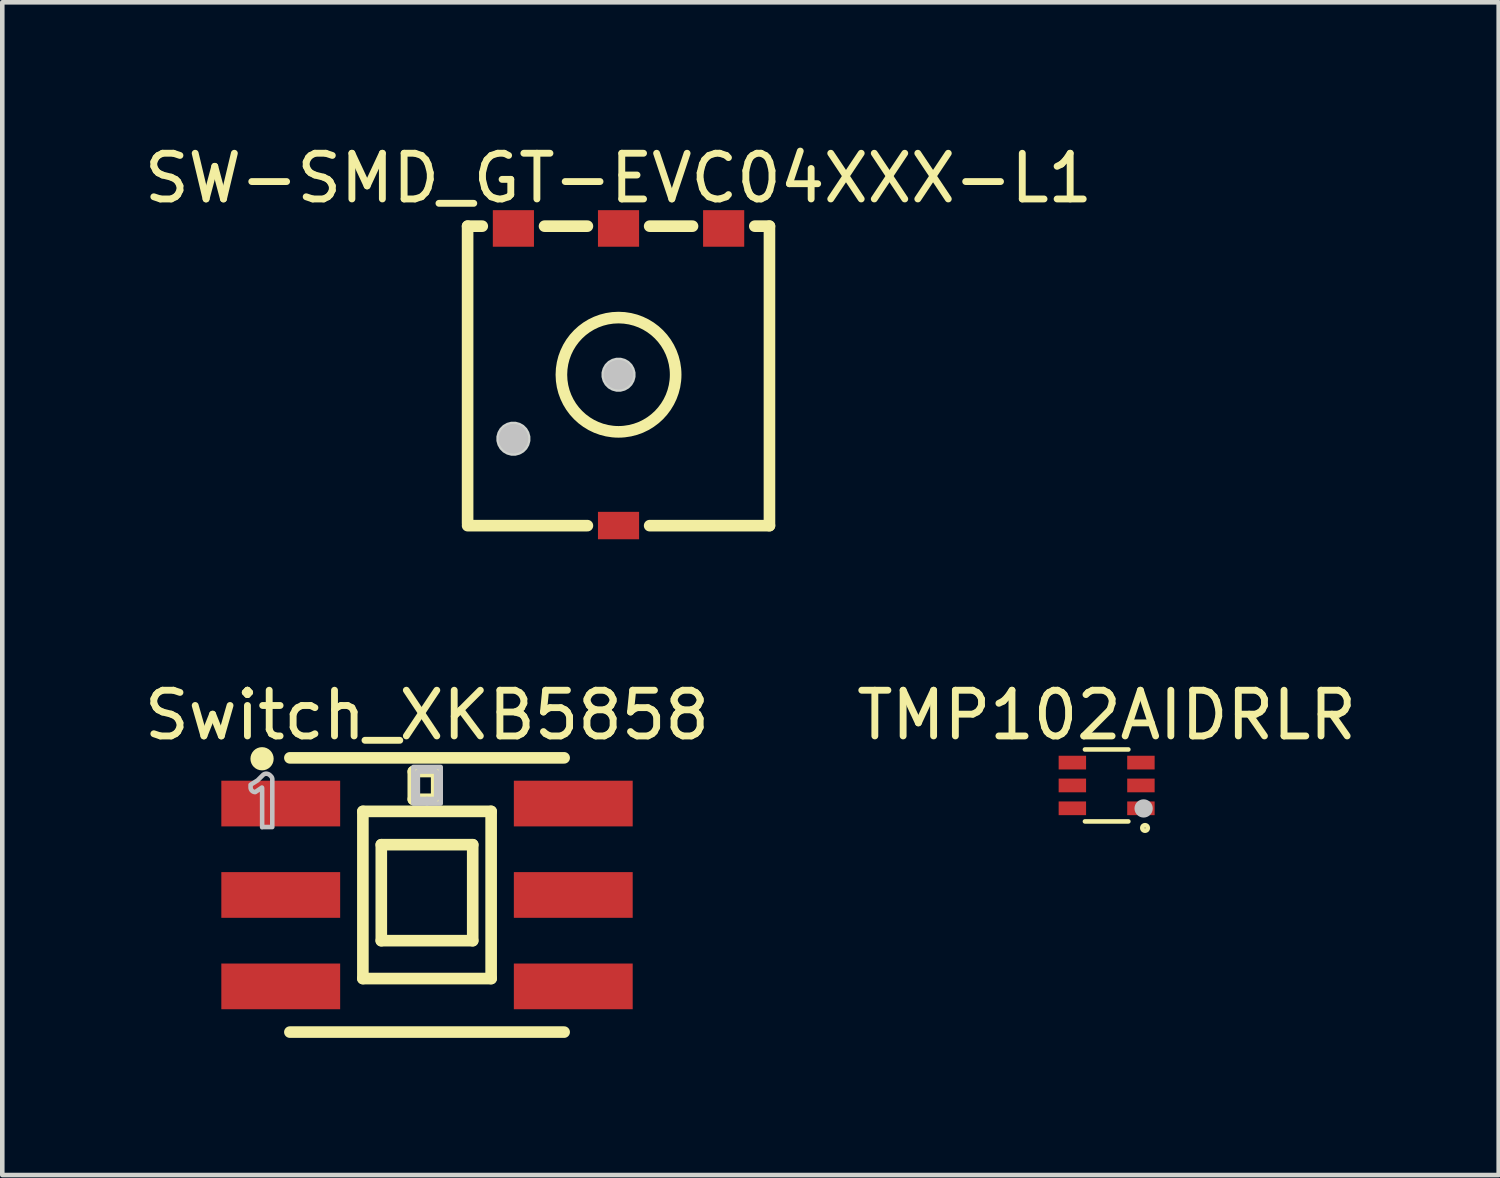
<source format=kicad_pcb>
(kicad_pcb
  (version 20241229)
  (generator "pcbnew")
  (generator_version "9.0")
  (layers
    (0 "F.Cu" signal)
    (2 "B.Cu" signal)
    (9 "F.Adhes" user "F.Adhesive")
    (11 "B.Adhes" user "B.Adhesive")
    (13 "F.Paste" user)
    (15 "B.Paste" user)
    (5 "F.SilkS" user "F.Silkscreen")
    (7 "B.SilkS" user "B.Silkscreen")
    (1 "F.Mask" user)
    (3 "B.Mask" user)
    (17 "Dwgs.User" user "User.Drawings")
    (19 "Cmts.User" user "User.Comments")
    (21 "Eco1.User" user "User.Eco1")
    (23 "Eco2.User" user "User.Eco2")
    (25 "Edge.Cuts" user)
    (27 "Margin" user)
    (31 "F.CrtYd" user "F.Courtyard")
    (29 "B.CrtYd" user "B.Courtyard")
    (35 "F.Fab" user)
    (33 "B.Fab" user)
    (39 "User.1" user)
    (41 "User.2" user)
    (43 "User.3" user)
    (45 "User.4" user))
  (footprint "Switch_XKB5858"
    (layer "F.Cu")
    (at 6.292 16.53)
    (property "Reference" "Switch_XKB5858" (at 0 -3.934 0) (layer "F.SilkS") (effects (font (size 1 1) (thickness 0.15))))
    (fp_line (start -1.403 -1.829) (end 1.403 -1.829) (stroke (width 0.254) (type default)) (layer "F.SilkS"))
    (fp_line (start -1.403 1.829) (end -1.403 -1.829) (stroke (width 0.254) (type default)) (layer "F.SilkS"))
    (fp_line (start -1 -1.1) (end 1 -1.1) (stroke (width 0.254) (type default)) (layer "F.SilkS"))
    (fp_line (start -1 1) (end -1 -1.1) (stroke (width 0.254) (type default)) (layer "F.SilkS"))
    (fp_line (start -0.3 -2.7) (end 0.212 -2.7) (stroke (width 0.254) (type default)) (layer "F.SilkS"))
    (fp_line (start -0.3 -2.093) (end -0.3 -2.7) (stroke (width 0.254) (type default)) (layer "F.SilkS"))
    (fp_line (start 0.212 -2.7) (end 0.212 -2.093) (stroke (width 0.254) (type default)) (layer "F.SilkS"))
    (fp_line (start 0.212 -2.093) (end -0.3 -2.093) (stroke (width 0.254) (type default)) (layer "F.SilkS"))
    (fp_line (start 1 -1.1) (end 1 1) (stroke (width 0.254) (type default)) (layer "F.SilkS"))
    (fp_line (start 1 1) (end -1 1) (stroke (width 0.254) (type default)) (layer "F.SilkS"))
    (fp_line (start 1.403 -1.829) (end 1.403 1.829) (stroke (width 0.254) (type default)) (layer "F.SilkS"))
    (fp_line (start 1.403 1.829) (end -1.403 1.829) (stroke (width 0.254) (type default)) (layer "F.SilkS"))
    (fp_line (start 3 -3) (end -3 -3) (stroke (width 0.254) (type default)) (layer "F.SilkS"))
    (fp_line (start 3 3) (end -3 3) (stroke (width 0.254) (type default)) (layer "F.SilkS"))
    (fp_circle (center -3.609 -2.98) (end -3.482 -2.98) (stroke (width 0.254) (type default)) (fill no) (layer "F.SilkS"))
    (fp_poly (pts (xy 0 -2) (xy -0.3 -2) (xy -0.3 -2.1) (xy 0 -2.1)) (stroke (width 0.1) (type default)) (fill no) (layer "Dwgs.User"))
    (fp_poly (pts (xy 0.3 -2) (xy 0.3 -2.8) (xy -0.3 -2.8) (xy -0.3 -2.1) (xy -0.2 -2.1) (xy -0.2 -2.7) (xy 0.2 -2.7) (xy 0.2 -2.1) (xy 0 -2.1) (xy 0 -2)) (stroke (width 0.1) (type default)) (fill no) (layer "Dwgs.User"))
    (fp_poly (pts (xy -3.707 -2.507) (arc (start -3.5895 -2.624) (mid -3.557384 -2.645459) (end -3.5195 -2.653)) (arc (start -3.5195 -2.653) (mid -3.47243 -2.643637) (end -3.4325 -2.617)) (arc (start -3.4125 -2.597) (mid -3.391807 -2.566031) (end -3.3845 -2.5295)) (xy -3.385 -1.486) (xy -3.595 -1.486) (xy -3.607 -1.481) (xy -3.607 -2.342) (xy -3.611 -2.35) (arc (start -3.7575 -2.251) (mid -3.829625 -2.280875) (end -3.8595 -2.353)) (xy -3.86 -2.411)) (stroke (width 0.1) (type default)) (fill no) (layer "Dwgs.User"))
    (fp_poly (pts (xy -2.101 -2.375) (xy -4.301 -2.375) (xy -4.301 -1.625) (xy -2.101 -1.625)) (stroke (width 0.1) (type default)) (fill no) (layer "User.1"))
    (fp_poly (pts (xy -2.101 -0.375) (xy -4.301 -0.375) (xy -4.301 0.375) (xy -2.101 0.375)) (stroke (width 0.1) (type default)) (fill no) (layer "User.1"))
    (fp_poly (pts (xy -2.101 1.625) (xy -4.301 1.625) (xy -4.301 2.375) (xy -2.101 2.375)) (stroke (width 0.1) (type default)) (fill no) (layer "User.1"))
    (fp_poly (pts (xy 4.301 -2.375) (xy 2.101 -2.375) (xy 2.101 -1.625) (xy 4.301 -1.625)) (stroke (width 0.1) (type default)) (fill no) (layer "User.1"))
    (fp_poly (pts (xy 4.301 -0.375) (xy 2.101 -0.375) (xy 2.101 0.375) (xy 4.301 0.375)) (stroke (width 0.1) (type default)) (fill no) (layer "User.1"))
    (fp_poly (pts (xy 4.301 1.625) (xy 2.101 1.625) (xy 2.101 2.375) (xy 4.301 2.375)) (stroke (width 0.1) (type default)) (fill no) (layer "User.1"))
    (fp_line (start -2.9 -2.9) (end -2.9 2.9) (stroke (width 0.051) (type default)) (layer "User.2"))
    (fp_line (start -2.9 2.9) (end 2.9 2.9) (stroke (width 0.051) (type default)) (layer "User.2"))
    (fp_line (start 2.9 -2.9) (end -2.9 -2.9) (stroke (width 0.051) (type default)) (layer "User.2"))
    (fp_line (start 2.9 2.9) (end 2.9 -2.9) (stroke (width 0.051) (type default)) (layer "User.2"))
    (fp_poly (pts (xy -4.246 -2.923) (xy -4.278 -2.955) (xy -4.324 -2.955) (xy -4.356 -2.923) (xy -4.356 -2.877) (xy -4.324 -2.845) (xy -4.278 -2.845) (xy -4.246 -2.877)) (stroke (width 0.1) (type default)) (fill no) (layer "User.3"))
    (pad "1" smd rect (at -3.2 -2) (size 2.6 1) (layers "F.Cu" "F.Mask" "F.Paste"))
    (pad "2" smd rect (at -3.2 0) (size 2.6 1) (layers "F.Cu" "F.Mask" "F.Paste"))
    (pad "3" smd rect (at -3.2 2) (size 2.6 1) (layers "F.Cu" "F.Mask" "F.Paste"))
    (pad "4" smd rect (at 3.2 -2) (size 2.6 1) (layers "F.Cu" "F.Mask" "F.Paste"))
    (pad "5" smd rect (at 3.2 0) (size 2.6 1) (layers "F.Cu" "F.Mask" "F.Paste"))
    (pad "6" smd rect (at 3.2 2) (size 2.6 1) (layers "F.Cu" "F.Mask" "F.Paste")))
  (footprint "SW-SMD_GT-EVC04XXX-L1"
    (layer "F.Cu")
    (at 10.482 5.198)
    (property "Reference" "SW-SMD_GT-EVC04XXX-L1" (at 0 -4.35 0) (layer "F.SilkS") (effects (font (size 1 1) (thickness 0.15))))
    (fp_line (start -3.302 -3.3) (end -3.302 3.2) (stroke (width 0.254) (type default)) (layer "F.SilkS"))
    (fp_line (start -3.302 -3.3) (end -2.981 -3.3) (stroke (width 0.254) (type default)) (layer "F.SilkS"))
    (fp_line (start -1.619 -3.3) (end -0.681 -3.3) (stroke (width 0.254) (type default)) (layer "F.SilkS"))
    (fp_line (start -0.681 3.252) (end -3.302 3.252) (stroke (width 0.254) (type default)) (layer "F.SilkS"))
    (fp_line (start 0.681 -3.3) (end 1.619 -3.3) (stroke (width 0.254) (type default)) (layer "F.SilkS"))
    (fp_line (start 2.981 -3.3) (end 3.302 -3.3) (stroke (width 0.254) (type default)) (layer "F.SilkS"))
    (fp_line (start 3.302 -3.3) (end 3.302 3.252) (stroke (width 0.254) (type default)) (layer "F.SilkS"))
    (fp_line (start 3.302 3.252) (end 0.681 3.252) (stroke (width 0.254) (type default)) (layer "F.SilkS"))
    (fp_circle (center 0 -0.05) (end 1.25 -0.05) (stroke (width 0.254) (type default)) (fill no) (layer "F.SilkS"))
    (fp_circle (center -2.3 1.35) (end -2.137 1.35) (stroke (width 0.325) (type default)) (fill no) (layer "Dwgs.User"))
    (fp_circle (center 0 -0.05) (end 0.163 -0.05) (stroke (width 0.325) (type default)) (fill no) (layer "Dwgs.User"))
    (fp_poly (pts (xy -1.928 1.301) (xy -1.954 1.206) (xy -2.002 1.122) (xy -2.072 1.052) (xy -2.156 1.004) (xy -2.251 0.978) (xy -2.349 0.978) (xy -2.444 1.004) (xy -2.528 1.052) (xy -2.598 1.122) (xy -2.646 1.206) (xy -2.672 1.301) (xy -2.672 1.399) (xy -2.646 1.494) (xy -2.598 1.578) (xy -2.528 1.648) (xy -2.444 1.696) (xy -2.349 1.722) (xy -2.251 1.722) (xy -2.156 1.696) (xy -2.072 1.648) (xy -2.002 1.578) (xy -1.954 1.494) (xy -1.928 1.399)) (stroke (width 0) (type default)) (fill yes) (layer "Edge.Cuts"))
    (fp_poly (pts (xy 0.372 -0.099) (xy 0.346 -0.194) (xy 0.298 -0.278) (xy 0.228 -0.348) (xy 0.144 -0.396) (xy 0.049 -0.422) (xy -0.049 -0.422) (xy -0.144 -0.396) (xy -0.228 -0.348) (xy -0.298 -0.278) (xy -0.346 -0.194) (xy -0.372 -0.099) (xy -0.372 -0.001) (xy -0.346 0.094) (xy -0.298 0.178) (xy -0.228 0.248) (xy -0.144 0.296) (xy -0.049 0.322) (xy 0.049 0.322) (xy 0.144 0.296) (xy 0.228 0.248) (xy 0.298 0.178) (xy 0.346 0.094) (xy 0.372 -0.001)) (stroke (width 0) (type default)) (fill yes) (layer "Edge.Cuts"))
    (fp_poly (pts (xy -2.66 -3.25) (xy -1.94 -3.25) (xy -1.94 -2.61) (xy -2.66 -2.61)) (stroke (width 0.1) (type default)) (fill no) (layer "User.1"))
    (fp_poly (pts (xy -0.36 -3.25) (xy 0.36 -3.25) (xy 0.36 -2.61) (xy -0.36 -2.61)) (stroke (width 0.1) (type default)) (fill no) (layer "User.1"))
    (fp_poly (pts (xy -0.36 2.77) (xy 0.36 2.77) (xy 0.36 3.25) (xy -0.36 3.25)) (stroke (width 0.1) (type default)) (fill no) (layer "User.1"))
    (fp_poly (pts (xy 1.94 -3.25) (xy 2.66 -3.25) (xy 2.66 -2.61) (xy 1.94 -2.61)) (stroke (width 0.1) (type default)) (fill no) (layer "User.1"))
    (fp_line (start -3.25 -3.25) (end 3.25 -3.25) (stroke (width 0.051) (type default)) (layer "User.2"))
    (fp_line (start -3.25 3.25) (end -3.25 -3.25) (stroke (width 0.051) (type default)) (layer "User.2"))
    (fp_line (start 3.25 -3.25) (end 3.25 3.25) (stroke (width 0.051) (type default)) (layer "User.2"))
    (fp_line (start 3.25 3.25) (end -3.25 3.25) (stroke (width 0.051) (type default)) (layer "User.2"))
    (fp_poly (pts (xy -3.195 -3.273) (xy -3.227 -3.305) (xy -3.273 -3.305) (xy -3.305 -3.273) (xy -3.305 -3.227) (xy -3.273 -3.195) (xy -3.227 -3.195) (xy -3.195 -3.227)) (stroke (width 0.1) (type default)) (fill no) (layer "User.3"))
    (pad "A" smd rect (at -2.3 -3.25) (size 0.9 0.8) (layers "F.Cu" "F.Mask" "F.Paste"))
    (pad "B" smd rect (at 2.3 -3.25) (size 0.9 0.8) (layers "F.Cu" "F.Mask" "F.Paste"))
    (pad "C" smd rect (at 0 3.25) (size 0.9 0.6) (layers "F.Cu" "F.Mask" "F.Paste"))
    (pad "E" smd rect (at 0 -3.25) (size 0.9 0.8) (layers "F.Cu" "F.Mask" "F.Paste")))
  (footprint "TMP102AIDRLR"
    (layer "F.Cu")
    (at 21.161 14.134)
    (property "Reference" "TMP102AIDRLR" (at 0 -1.538 0) (layer "F.SilkS") (effects (font (size 1 1) (thickness 0.15))))
    (fp_line (start -0.475 -0.787) (end 0.475 -0.787) (stroke (width 0.1) (type default)) (layer "F.SilkS"))
    (fp_line (start -0.475 0.787) (end 0.475 0.787) (stroke (width 0.1) (type default)) (layer "F.SilkS"))
    (fp_circle (center 0.84 0.93) (end 0.9 0.93) (stroke (width 0.102) (type default)) (fill no) (layer "F.SilkS"))
    (fp_circle (center 0.809 0.503) (end 0.909 0.503) (stroke (width 0.2) (type default)) (fill no) (layer "Dwgs.User"))
    (fp_poly (pts (xy -0.499 -0.6) (xy -0.499 -0.4) (xy -0.799 -0.4) (xy -0.799 -0.6)) (stroke (width 0.1) (type default)) (fill no) (layer "User.1"))
    (fp_poly (pts (xy -0.499 -0.1) (xy -0.499 0.1) (xy -0.799 0.1) (xy -0.799 -0.1)) (stroke (width 0.1) (type default)) (fill no) (layer "User.1"))
    (fp_poly (pts (xy -0.499 0.4) (xy -0.499 0.6) (xy -0.799 0.6) (xy -0.799 0.4)) (stroke (width 0.1) (type default)) (fill no) (layer "User.1"))
    (fp_poly (pts (xy 0.799 -0.6) (xy 0.799 -0.4) (xy 0.499 -0.4) (xy 0.499 -0.6)) (stroke (width 0.1) (type default)) (fill no) (layer "User.1"))
    (fp_poly (pts (xy 0.799 -0.1) (xy 0.799 0.1) (xy 0.499 0.1) (xy 0.499 -0.1)) (stroke (width 0.1) (type default)) (fill no) (layer "User.1"))
    (fp_poly (pts (xy 0.799 0.4) (xy 0.799 0.6) (xy 0.499 0.6) (xy 0.499 0.4)) (stroke (width 0.1) (type default)) (fill no) (layer "User.1"))
    (fp_line (start -0.6 -0.8) (end 0.6 -0.8) (stroke (width 0.051) (type default)) (layer "User.2"))
    (fp_line (start -0.6 0.8) (end -0.6 -0.8) (stroke (width 0.051) (type default)) (layer "User.2"))
    (fp_line (start 0.6 -0.8) (end 0.6 0.8) (stroke (width 0.051) (type default)) (layer "User.2"))
    (fp_line (start 0.6 0.8) (end -0.6 0.8) (stroke (width 0.051) (type default)) (layer "User.2"))
    (fp_poly (pts (xy 0.855 0.777) (xy 0.822 0.745) (xy 0.777 0.745) (xy 0.744 0.777) (xy 0.744 0.823) (xy 0.777 0.855) (xy 0.822 0.855) (xy 0.855 0.823)) (stroke (width 0.1) (type default)) (fill no) (layer "User.3"))
    (pad "1" smd rect (at 0.75 0.5 90) (size 0.3 0.6) (layers "F.Cu" "F.Mask" "F.Paste"))
    (pad "2" smd rect (at 0.75 0 90) (size 0.3 0.6) (layers "F.Cu" "F.Mask" "F.Paste"))
    (pad "3" smd rect (at 0.75 -0.5 90) (size 0.3 0.6) (layers "F.Cu" "F.Mask" "F.Paste"))
    (pad "4" smd rect (at -0.75 -0.5 90) (size 0.3 0.6) (layers "F.Cu" "F.Mask" "F.Paste"))
    (pad "5" smd rect (at -0.75 0 90) (size 0.3 0.6) (layers "F.Cu" "F.Mask" "F.Paste"))
    (pad "6" smd rect (at -0.75 0.5 90) (size 0.3 0.6) (layers "F.Cu" "F.Mask" "F.Paste")))
  (gr_rect
    (start -3 -3)
    (end 29.738 22.657)
    (stroke (width 0.1) (type default))
    (fill no)
    (layer "Edge.Cuts")))
</source>
